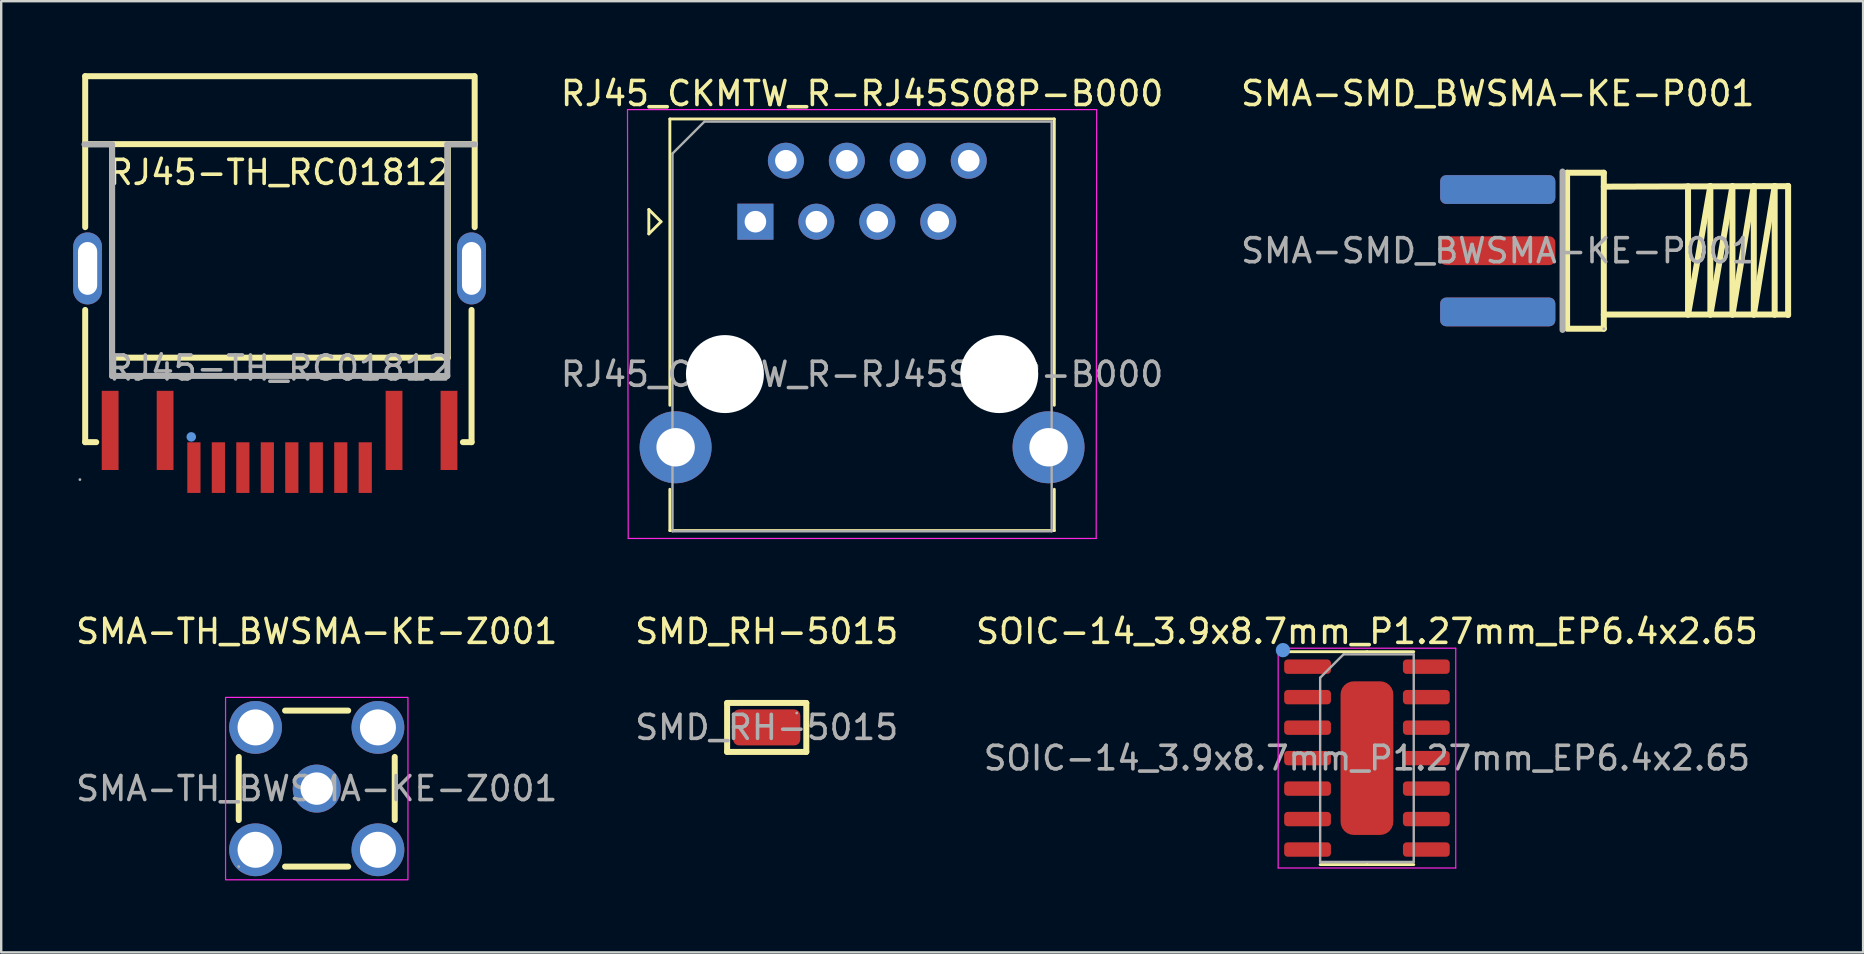
<source format=kicad_pcb>
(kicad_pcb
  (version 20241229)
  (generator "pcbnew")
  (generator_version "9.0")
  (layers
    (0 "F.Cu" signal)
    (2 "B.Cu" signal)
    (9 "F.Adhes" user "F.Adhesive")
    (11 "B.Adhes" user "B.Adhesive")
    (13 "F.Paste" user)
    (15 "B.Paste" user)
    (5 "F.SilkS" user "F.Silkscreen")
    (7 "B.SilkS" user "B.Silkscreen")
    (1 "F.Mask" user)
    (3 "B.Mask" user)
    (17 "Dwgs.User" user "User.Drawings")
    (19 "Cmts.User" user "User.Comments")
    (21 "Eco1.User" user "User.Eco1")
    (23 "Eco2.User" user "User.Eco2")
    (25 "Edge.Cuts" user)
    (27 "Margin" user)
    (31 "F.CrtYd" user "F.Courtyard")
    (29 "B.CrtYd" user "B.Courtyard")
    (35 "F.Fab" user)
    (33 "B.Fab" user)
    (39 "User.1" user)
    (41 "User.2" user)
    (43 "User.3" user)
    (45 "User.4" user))
  (footprint "SMD_RH-5015"
    (layer "F.Cu")
    (at 28.899 27.262)
    (property "Reference" "SMD_RH-5015" (at 0 -4 0) (layer "F.SilkS") (effects (font (size 1 1) (thickness 0.15))))
    (attr smd)
    (fp_line (start -1.65 -1.02) (end 1.65 -1.02) (stroke (width 0.25) (type solid)) (layer "F.SilkS"))
    (fp_line (start -1.65 1.02) (end -1.65 -1.02) (stroke (width 0.25) (type solid)) (layer "F.SilkS"))
    (fp_line (start 1.65 -1.02) (end 1.65 1.02) (stroke (width 0.25) (type solid)) (layer "F.SilkS"))
    (fp_line (start 1.65 1.02) (end -1.65 1.02) (stroke (width 0.25) (type solid)) (layer "F.SilkS"))
    (fp_circle (center 1.25 -0.6) (end 1.28 -0.6) (stroke (width 0.06) (type solid)) (fill no) (layer "F.Fab"))
    (fp_text user "${REFERENCE}" (at 0 0 0) (layer "F.Fab") (effects (font (size 1 1) (thickness 0.15))))
    (pad "1" smd roundrect (at 0 0) (size 2.8 1.5) (layers "F.Cu" "F.Mask" "F.Paste") (roundrect_rratio 0.167)))
  (footprint "SMA-SMD_BWSMA-KE-P001"
    (layer "F.Cu")
    (at 59.361 7.398)
    (property "Reference" "SMA-SMD_BWSMA-KE-P001" (at 0 -6.55 0) (layer "F.SilkS") (effects (font (size 1 1) (thickness 0.15))))
    (attr smd)
    (fp_line (start 2.89 -3.25) (end 2.89 3.17) (stroke (width 0.25) (type solid)) (layer "F.SilkS"))
    (fp_line (start 4.42 -3.25) (end 2.89 -3.25) (stroke (width 0.25) (type solid)) (layer "F.SilkS"))
    (fp_line (start 4.42 -3.25) (end 4.42 3.25) (stroke (width 0.25) (type solid)) (layer "F.SilkS"))
    (fp_line (start 4.42 3.25) (end 2.89 3.25) (stroke (width 0.25) (type solid)) (layer "F.SilkS"))
    (fp_line (start 7.93 -2.69) (end 7.93 2.66) (stroke (width 0.25) (type solid)) (layer "F.SilkS"))
    (fp_line (start 7.93 2.66) (end 8.86 -2.69) (stroke (width 0.25) (type solid)) (layer "F.SilkS"))
    (fp_line (start 8.86 -2.69) (end 8.86 2.66) (stroke (width 0.25) (type solid)) (layer "F.SilkS"))
    (fp_line (start 8.86 2.66) (end 9.78 -2.69) (stroke (width 0.25) (type solid)) (layer "F.SilkS"))
    (fp_line (start 9.78 -2.69) (end 9.78 2.66) (stroke (width 0.25) (type solid)) (layer "F.SilkS"))
    (fp_line (start 9.78 2.66) (end 10.67 -2.69) (stroke (width 0.25) (type solid)) (layer "F.SilkS"))
    (fp_line (start 10.67 -2.69) (end 10.67 2.66) (stroke (width 0.25) (type solid)) (layer "F.SilkS"))
    (fp_line (start 10.67 2.66) (end 11.54 -2.69) (stroke (width 0.25) (type solid)) (layer "F.SilkS"))
    (fp_line (start 11.54 -2.69) (end 4.42 -2.67) (stroke (width 0.25) (type solid)) (layer "F.SilkS"))
    (fp_line (start 11.54 -2.69) (end 11.54 2.66) (stroke (width 0.25) (type solid)) (layer "F.SilkS"))
    (fp_line (start 11.54 -2.69) (end 12.09 -2.69) (stroke (width 0.25) (type solid)) (layer "F.SilkS"))
    (fp_line (start 11.54 2.66) (end 4.42 2.66) (stroke (width 0.25) (type solid)) (layer "F.SilkS"))
    (fp_line (start 11.54 2.66) (end 12.1 2.66) (stroke (width 0.25) (type solid)) (layer "F.SilkS"))
    (fp_line (start 12.09 -2.69) (end 12.1 -2.7) (stroke (width 0.25) (type solid)) (layer "F.SilkS"))
    (fp_line (start 12.1 -2.7) (end 12.1 2.68) (stroke (width 0.25) (type solid)) (layer "F.SilkS"))
    (fp_line (start 2.7 -3.3) (end 2.7 3.3) (stroke (width 0.25) (type solid)) (layer "F.Fab"))
    (fp_circle (center 4.42 3.25) (end 4.45 3.25) (stroke (width 0.06) (type solid)) (fill no) (layer "F.Fab"))
    (fp_text user "${REFERENCE}" (at 0 0 0) (layer "F.Fab") (effects (font (size 1 1) (thickness 0.15))))
    (pad "1" smd roundrect (at 0 0) (size 4.8 1.2) (layers "F.Cu" "F.Mask" "F.Paste") (roundrect_rratio 0.208))
    (pad "2" smd roundrect (at 0 -2.55) (size 4.8 1.2) (layers "F.Cu" "F.Mask" "F.Paste") (roundrect_rratio 0.208))
    (pad "2" smd roundrect (at 0 -2.55) (size 4.8 1.2) (layers "B.Cu" "B.Mask" "B.Paste") (roundrect_rratio 0.208))
    (pad "2" smd roundrect (at 0 2.55) (size 4.8 1.2) (layers "F.Cu" "F.Mask" "F.Paste") (roundrect_rratio 0.208))
    (pad "2" smd roundrect (at 0 2.55) (size 4.8 1.2) (layers "B.Cu" "B.Mask" "B.Paste") (roundrect_rratio 0.208)))
  (footprint "RJ45-TH_RC01812"
    (layer "F.Cu")
    (at 8.6 12.285)
    (property "Reference" "RJ45-TH_RC01812" (at 0 -8.15 0) (layer "F.SilkS") (effects (font (size 1 1) (thickness 0.15))))
    (attr through_hole)
    (fp_line (start -8.1 -12.16) (end -8.1 -5.87) (stroke (width 0.25) (type solid)) (layer "F.SilkS"))
    (fp_line (start -8.1 -12.16) (end 8.1 -12.16) (stroke (width 0.25) (type solid)) (layer "F.SilkS"))
    (fp_line (start -8.1 -9.33) (end 8.13 -9.33) (stroke (width 0.25) (type solid)) (layer "F.SilkS"))
    (fp_line (start -8.1 -2.42) (end -8.1 3.09) (stroke (width 0.25) (type solid)) (layer "F.SilkS"))
    (fp_line (start -8.1 3.09) (end -7.64 3.09) (stroke (width 0.25) (type solid)) (layer "F.SilkS"))
    (fp_line (start -6.98 -0.43) (end -6.98 -9.33) (stroke (width 0.25) (type solid)) (layer "F.SilkS"))
    (fp_line (start 7.01 -9.33) (end 7.01 -0.43) (stroke (width 0.25) (type solid)) (layer "F.SilkS"))
    (fp_line (start 7.01 -0.43) (end -6.98 -0.43) (stroke (width 0.25) (type solid)) (layer "F.SilkS"))
    (fp_line (start 7.64 3.09) (end 8 3.09) (stroke (width 0.25) (type solid)) (layer "F.SilkS"))
    (fp_line (start 8 3.09) (end 8 -2.42) (stroke (width 0.25) (type solid)) (layer "F.SilkS"))
    (fp_line (start 8.13 -5.87) (end 8.13 -12.16) (stroke (width 0.25) (type solid)) (layer "F.SilkS"))
    (fp_circle (center -3.68 2.87) (end -3.58 2.87) (stroke (width 0.2) (type solid)) (fill no) (layer "Cmts.User"))
    (fp_line (start -8.13 -9.32) (end -6.98 -9.32) (stroke (width 0.25) (type solid)) (layer "F.Fab"))
    (fp_line (start -6.98 -9.32) (end -6.98 0.33) (stroke (width 0.25) (type solid)) (layer "F.Fab"))
    (fp_line (start -6.98 0.33) (end 6.99 0.33) (stroke (width 0.25) (type solid)) (layer "F.Fab"))
    (fp_line (start 6.99 -9.32) (end 8.13 -9.32) (stroke (width 0.25) (type solid)) (layer "F.Fab"))
    (fp_line (start 6.99 0.33) (end 6.99 -9.32) (stroke (width 0.25) (type solid)) (layer "F.Fab"))
    (fp_circle (center -8.32 4.65) (end -8.29 4.65) (stroke (width 0.06) (type solid)) (fill no) (layer "F.Fab"))
    (fp_text user "${REFERENCE}" (at 0 0 0) (layer "F.Fab") (effects (font (size 1 1) (thickness 0.15))))
    (pad "1" smd rect (at -3.57 4.15) (size 0.55 2.11) (layers "F.Cu" "F.Mask" "F.Paste"))
    (pad "2" smd rect (at -2.55 4.15) (size 0.55 2.11) (layers "F.Cu" "F.Mask" "F.Paste"))
    (pad "3" smd rect (at -1.53 4.15) (size 0.55 2.11) (layers "F.Cu" "F.Mask" "F.Paste"))
    (pad "4" smd rect (at -0.51 4.15) (size 0.55 2.11) (layers "F.Cu" "F.Mask" "F.Paste"))
    (pad "5" smd rect (at 0.51 4.15) (size 0.55 2.11) (layers "F.Cu" "F.Mask" "F.Paste"))
    (pad "6" smd rect (at 1.53 4.15) (size 0.55 2.11) (layers "F.Cu" "F.Mask" "F.Paste"))
    (pad "7" smd rect (at 2.55 4.15) (size 0.55 2.11) (layers "F.Cu" "F.Mask" "F.Paste"))
    (pad "8" smd rect (at 3.57 4.15) (size 0.55 2.11) (layers "F.Cu" "F.Mask" "F.Paste"))
    (pad "9" smd rect (at -7.06 2.6) (size 0.7 3.3) (layers "F.Cu" "F.Mask" "F.Paste"))
    (pad "10" smd rect (at -4.77 2.6) (size 0.7 3.3) (layers "F.Cu" "F.Mask" "F.Paste"))
    (pad "11" smd rect (at 4.77 2.6) (size 0.7 3.3) (layers "F.Cu" "F.Mask" "F.Paste"))
    (pad "12" smd rect (at 7.06 2.6) (size 0.7 3.3) (layers "F.Cu" "F.Mask" "F.Paste"))
    (pad "SH" thru_hole oval (at -8 -4.15) (size 1.2 3) (drill oval 0.8 2.2) (layers "*.Cu" "*.Mask"))
    (pad "SH" thru_hole oval (at 8 -4.15) (size 1.2 3) (drill oval 0.8 2.2) (layers "*.Cu" "*.Mask")))
  (footprint "RJ45_CKMTW_R-RJ45S08P-B000"
    (layer "F.Cu")
    (at 28.428 6.188)
    (property "Reference" "RJ45_CKMTW_R-RJ45S08P-B000" (at 4.445 -5.34 0) (layer "F.SilkS") (effects (font (size 1 1) (thickness 0.15))))
    (attr through_hole)
    (fp_line (start -4.441 -0.508) (end -4.441 0.508) (stroke (width 0.12) (type solid)) (layer "F.SilkS"))
    (fp_line (start -4.441 0.508) (end -3.933 0) (stroke (width 0.12) (type solid)) (layer "F.SilkS"))
    (fp_line (start -3.933 0) (end -4.441 -0.508) (stroke (width 0.12) (type solid)) (layer "F.SilkS"))
    (fp_line (start -3.565 -4.28) (end -3.565 7.65) (stroke (width 0.12) (type solid)) (layer "F.SilkS"))
    (fp_line (start -3.565 11.15) (end -3.565 12.87) (stroke (width 0.12) (type solid)) (layer "F.SilkS"))
    (fp_line (start 12.455 -4.28) (end -3.565 -4.28) (stroke (width 0.12) (type solid)) (layer "F.SilkS"))
    (fp_line (start 12.455 -4.28) (end 12.455 7.65) (stroke (width 0.12) (type solid)) (layer "F.SilkS"))
    (fp_line (start 12.455 11.15) (end 12.455 12.87) (stroke (width 0.12) (type solid)) (layer "F.SilkS"))
    (fp_line (start 12.455 12.87) (end -3.565 12.87) (stroke (width 0.12) (type solid)) (layer "F.SilkS"))
    (fp_line (start -5.33 -4.67) (end 14.22 -4.67) (stroke (width 0.05) (type solid)) (layer "F.CrtYd"))
    (fp_line (start -5.3 13.2) (end -5.33 -4.67) (stroke (width 0.05) (type solid)) (layer "F.CrtYd"))
    (fp_line (start 14.2 13.2) (end -5.3 13.2) (stroke (width 0.05) (type solid)) (layer "F.CrtYd"))
    (fp_line (start 14.22 -4.67) (end 14.2 13.2) (stroke (width 0.05) (type solid)) (layer "F.CrtYd"))
    (fp_line (start -3.455 -2.84) (end -3.455 12.9) (stroke (width 0.1) (type solid)) (layer "F.Fab"))
    (fp_line (start -3.455 -2.84) (end -2.125 -4.17) (stroke (width 0.1) (type solid)) (layer "F.Fab"))
    (fp_line (start 12.345 -4.17) (end -2.125 -4.17) (stroke (width 0.1) (type solid)) (layer "F.Fab"))
    (fp_line (start 12.345 12.9) (end -3.455 12.9) (stroke (width 0.1) (type solid)) (layer "F.Fab"))
    (fp_line (start 12.345 12.9) (end 12.345 -4.17) (stroke (width 0.1) (type solid)) (layer "F.Fab"))
    (fp_text user "${REFERENCE}" (at 4.445 6.36 0) (layer "F.Fab") (effects (font (size 1 1) (thickness 0.15))))
    (pad "" np_thru_hole circle (at -1.27 6.35) (size 3.25 3.25) (drill 3.25) (layers "*.Cu" "*.Mask"))
    (pad "" np_thru_hole circle (at 10.16 6.35 180) (size 3.25 3.25) (drill 3.25) (layers "*.Cu" "*.Mask"))
    (pad "1" thru_hole rect (at 0 0 180) (size 1.5 1.5) (drill 0.9) (layers "*.Cu" "*.Mask"))
    (pad "2" thru_hole circle (at 1.27 -2.54 180) (size 1.5 1.5) (drill 0.9) (layers "*.Cu" "*.Mask"))
    (pad "3" thru_hole circle (at 2.54 0 180) (size 1.5 1.5) (drill 0.9) (layers "*.Cu" "*.Mask"))
    (pad "4" thru_hole circle (at 3.81 -2.54 180) (size 1.5 1.5) (drill 0.9) (layers "*.Cu" "*.Mask"))
    (pad "5" thru_hole circle (at 5.08 0 180) (size 1.5 1.5) (drill 0.9) (layers "*.Cu" "*.Mask"))
    (pad "6" thru_hole circle (at 6.35 -2.54 180) (size 1.5 1.5) (drill 0.9) (layers "*.Cu" "*.Mask"))
    (pad "7" thru_hole circle (at 7.62 0 180) (size 1.5 1.5) (drill 0.9) (layers "*.Cu" "*.Mask"))
    (pad "8" thru_hole circle (at 8.89 -2.54 180) (size 1.5 1.5) (drill 0.9) (layers "*.Cu" "*.Mask"))
    (pad "SH" thru_hole circle (at -3.325 9.4) (size 3 3) (drill 1.6) (layers "*.Cu" "*.Mask"))
    (pad "SH" thru_hole circle (at 12.215 9.4 180) (size 3 3) (drill 1.6) (layers "*.Cu" "*.Mask")))
  (footprint "SMA-TH_BWSMA-KE-Z001"
    (layer "F.Cu")
    (at 10.149 29.811)
    (property "Reference" "SMA-TH_BWSMA-KE-Z001" (at 0 -6.55 0) (layer "F.SilkS") (effects (font (size 1 1) (thickness 0.15))))
    (attr through_hole)
    (fp_line (start -3.25 -1.32) (end -3.25 1.31) (stroke (width 0.25) (type solid)) (layer "F.SilkS"))
    (fp_line (start -1.32 3.25) (end 1.31 3.25) (stroke (width 0.25) (type solid)) (layer "F.SilkS"))
    (fp_line (start 1.31 -3.25) (end -1.32 -3.25) (stroke (width 0.25) (type solid)) (layer "F.SilkS"))
    (fp_line (start 3.25 1.31) (end 3.25 -1.32) (stroke (width 0.25) (type solid)) (layer "F.SilkS"))
    (fp_rect (start -3.8 -3.8) (end 3.8 3.8) (stroke (width 0.05) (type default)) (fill no) (layer "F.CrtYd"))
    (fp_circle (center -3.25 3.25) (end -3.22 3.25) (stroke (width 0.06) (type solid)) (fill no) (layer "F.Fab"))
    (fp_circle (center 0 0) (end 0.21 0) (stroke (width 0.42) (type solid)) (fill no) (layer "F.Fab"))
    (fp_text user "${REFERENCE}" (at 0 0 0) (layer "F.Fab") (effects (font (size 1 1) (thickness 0.15))))
    (pad "1" thru_hole circle (at 0 0) (size 2 2) (drill 1.35) (layers "*.Cu" "*.Mask"))
    (pad "2" thru_hole circle (at -2.55 -2.55) (size 2.2 2.2) (drill 1.5) (layers "*.Cu" "*.Mask"))
    (pad "2" thru_hole circle (at -2.55 2.55) (size 2.2 2.2) (drill 1.5) (layers "*.Cu" "*.Mask"))
    (pad "2" thru_hole circle (at 2.55 -2.55) (size 2.2 2.2) (drill 1.5) (layers "*.Cu" "*.Mask"))
    (pad "2" thru_hole circle (at 2.55 2.55) (size 2.2 2.2) (drill 1.5) (layers "*.Cu" "*.Mask")))
  (footprint "SOIC-14_3.9x8.7mm_P1.27mm_EP6.4x2.65"
    (layer "F.Cu")
    (at 53.911 28.541)
    (property "Reference" "SOIC-14_3.9x8.7mm_P1.27mm_EP6.4x2.65" (at 0 -5.28 0) (layer "F.SilkS") (effects (font (size 1 1) (thickness 0.15))))
    (attr smd)
    (fp_line (start 0 -4.435) (end -3.45 -4.435) (stroke (width 0.12) (type solid)) (layer "F.SilkS"))
    (fp_line (start 0 -4.435) (end 1.95 -4.435) (stroke (width 0.12) (type solid)) (layer "F.SilkS"))
    (fp_line (start 0 4.435) (end -1.95 4.435) (stroke (width 0.12) (type solid)) (layer "F.SilkS"))
    (fp_line (start 0 4.435) (end 1.95 4.435) (stroke (width 0.12) (type solid)) (layer "F.SilkS"))
    (fp_circle (center -3.5 -4.5) (end -3.35 -4.5) (stroke (width 0.3) (type solid)) (fill no) (layer "Cmts.User"))
    (fp_line (start -3.7 -4.58) (end -3.7 4.58) (stroke (width 0.05) (type solid)) (layer "F.CrtYd"))
    (fp_line (start -3.7 4.58) (end 3.7 4.58) (stroke (width 0.05) (type solid)) (layer "F.CrtYd"))
    (fp_line (start 3.7 -4.58) (end -3.7 -4.58) (stroke (width 0.05) (type solid)) (layer "F.CrtYd"))
    (fp_line (start 3.7 4.58) (end 3.7 -4.58) (stroke (width 0.05) (type solid)) (layer "F.CrtYd"))
    (fp_line (start -1.95 -3.35) (end -0.975 -4.325) (stroke (width 0.1) (type solid)) (layer "F.Fab"))
    (fp_line (start -1.95 4.325) (end -1.95 -3.35) (stroke (width 0.1) (type solid)) (layer "F.Fab"))
    (fp_line (start -0.975 -4.325) (end 1.95 -4.325) (stroke (width 0.1) (type solid)) (layer "F.Fab"))
    (fp_line (start 1.95 -4.325) (end 1.95 4.325) (stroke (width 0.1) (type solid)) (layer "F.Fab"))
    (fp_line (start 1.95 4.325) (end -1.95 4.325) (stroke (width 0.1) (type solid)) (layer "F.Fab"))
    (fp_text user "${REFERENCE}" (at 0 0 0) (layer "F.Fab") (effects (font (size 0.98 0.98) (thickness 0.15))))
    (pad "" smd rect (at -0.5 -2.5 90) (size 0.8 0.6) (layers "F.Paste"))
    (pad "" smd rect (at -0.5 -1.25 90) (size 0.8 0.6) (layers "F.Paste"))
    (pad "" smd rect (at -0.5 0 90) (size 0.8 0.6) (layers "F.Paste"))
    (pad "" smd rect (at -0.5 1.25 90) (size 0.8 0.6) (layers "F.Paste"))
    (pad "" smd rect (at -0.5 2.5 90) (size 0.8 0.6) (layers "F.Paste"))
    (pad "" smd rect (at 0.5 -2.5 90) (size 0.8 0.6) (layers "F.Paste"))
    (pad "" smd rect (at 0.5 -1.25 90) (size 0.8 0.6) (layers "F.Paste"))
    (pad "" smd rect (at 0.5 0 90) (size 0.8 0.6) (layers "F.Paste"))
    (pad "" smd rect (at 0.5 1.25 90) (size 0.8 0.6) (layers "F.Paste"))
    (pad "" smd rect (at 0.5 2.5 90) (size 0.8 0.6) (layers "F.Paste"))
    (pad "1" smd roundrect (at -2.475 -3.81) (size 1.95 0.6) (layers "F.Cu" "F.Mask" "F.Paste") (roundrect_rratio 0.25))
    (pad "2" smd roundrect (at -2.475 -2.54) (size 1.95 0.6) (layers "F.Cu" "F.Mask" "F.Paste") (roundrect_rratio 0.25))
    (pad "3" smd roundrect (at -2.475 -1.27) (size 1.95 0.6) (layers "F.Cu" "F.Mask" "F.Paste") (roundrect_rratio 0.25))
    (pad "4" smd roundrect (at -2.475 0) (size 1.95 0.6) (layers "F.Cu" "F.Mask" "F.Paste") (roundrect_rratio 0.25))
    (pad "5" smd roundrect (at -2.475 1.27) (size 1.95 0.6) (layers "F.Cu" "F.Mask" "F.Paste") (roundrect_rratio 0.25))
    (pad "6" smd roundrect (at -2.475 2.54) (size 1.95 0.6) (layers "F.Cu" "F.Mask" "F.Paste") (roundrect_rratio 0.25))
    (pad "7" smd roundrect (at -2.475 3.81) (size 1.95 0.6) (layers "F.Cu" "F.Mask" "F.Paste") (roundrect_rratio 0.25))
    (pad "8" smd roundrect (at 2.475 3.81) (size 1.95 0.6) (layers "F.Cu" "F.Mask" "F.Paste") (roundrect_rratio 0.25))
    (pad "9" smd roundrect (at 2.475 2.54) (size 1.95 0.6) (layers "F.Cu" "F.Mask" "F.Paste") (roundrect_rratio 0.25))
    (pad "10" smd roundrect (at 2.475 1.27) (size 1.95 0.6) (layers "F.Cu" "F.Mask" "F.Paste") (roundrect_rratio 0.25))
    (pad "11" smd roundrect (at 2.475 0) (size 1.95 0.6) (layers "F.Cu" "F.Mask" "F.Paste") (roundrect_rratio 0.25))
    (pad "12" smd roundrect (at 2.475 -1.27) (size 1.95 0.6) (layers "F.Cu" "F.Mask" "F.Paste") (roundrect_rratio 0.25))
    (pad "13" smd roundrect (at 2.475 -2.54) (size 1.95 0.6) (layers "F.Cu" "F.Mask" "F.Paste") (roundrect_rratio 0.25))
    (pad "14" smd roundrect (at 2.475 -3.81) (size 1.95 0.6) (layers "F.Cu" "F.Mask" "F.Paste") (roundrect_rratio 0.25))
    (pad "15" smd roundrect (at 0 0) (size 2.2 6.4) (layers "F.Cu" "F.Mask") (roundrect_rratio 0.25)))
  (gr_rect
    (start -3 -3)
    (end 74.586 36.636)
    (stroke (width 0.1) (type default))
    (fill no)
    (layer "Edge.Cuts")))
</source>
